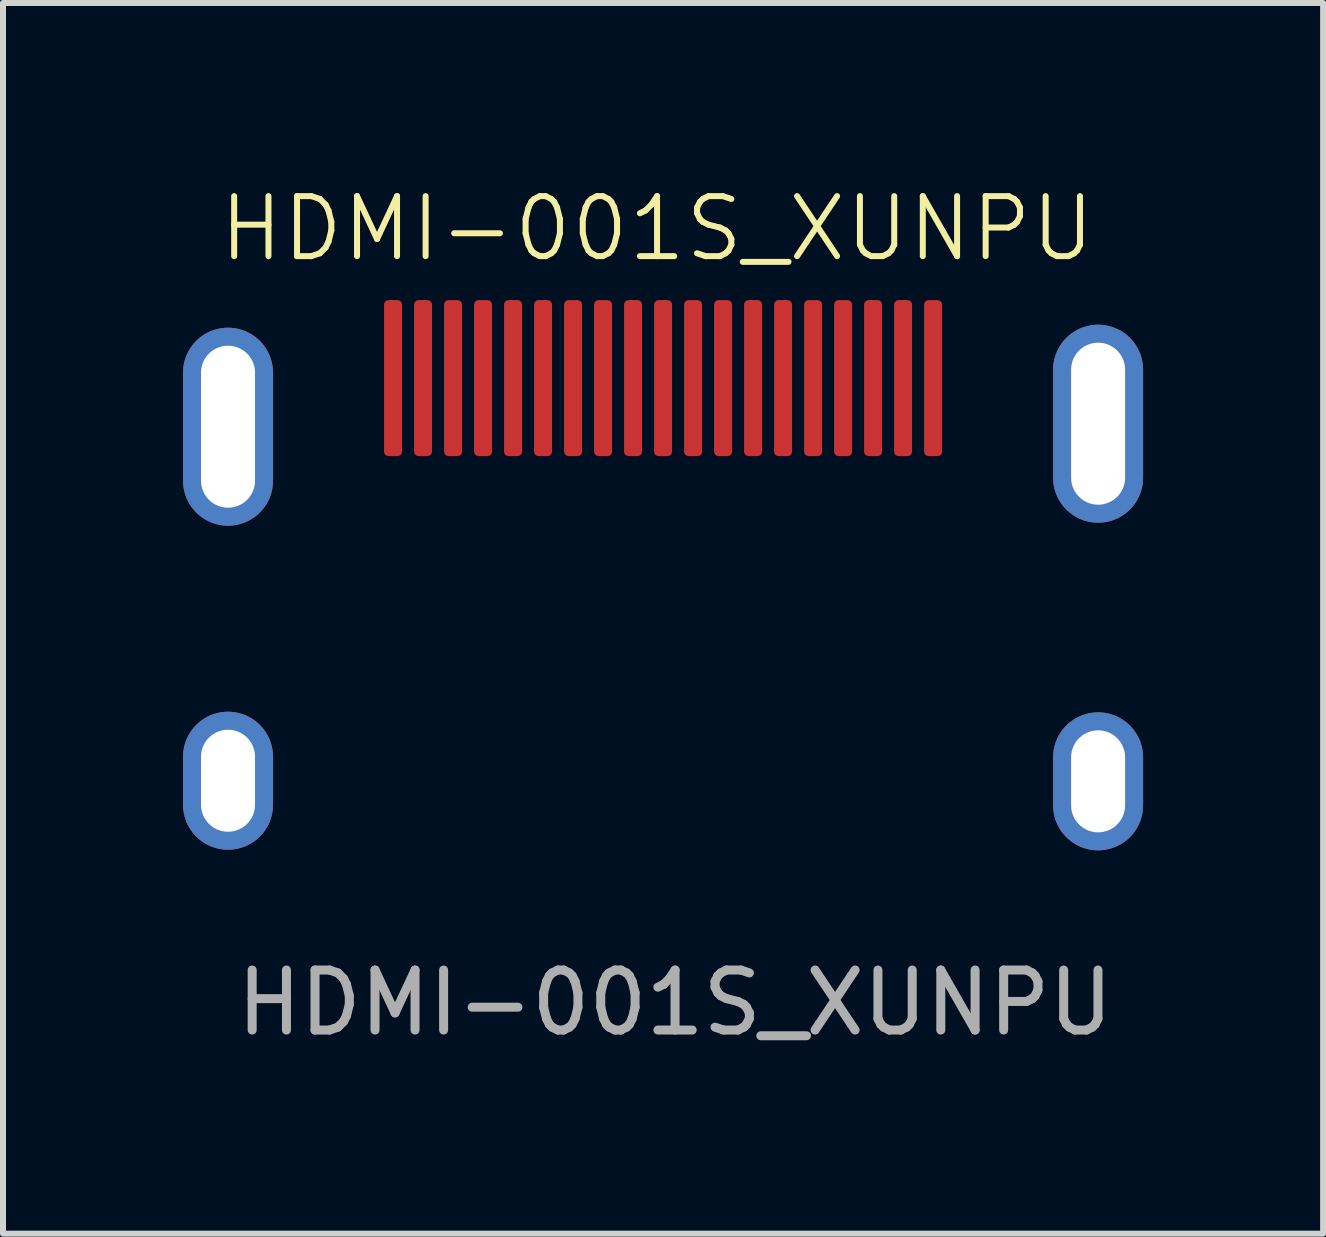
<source format=kicad_pcb>
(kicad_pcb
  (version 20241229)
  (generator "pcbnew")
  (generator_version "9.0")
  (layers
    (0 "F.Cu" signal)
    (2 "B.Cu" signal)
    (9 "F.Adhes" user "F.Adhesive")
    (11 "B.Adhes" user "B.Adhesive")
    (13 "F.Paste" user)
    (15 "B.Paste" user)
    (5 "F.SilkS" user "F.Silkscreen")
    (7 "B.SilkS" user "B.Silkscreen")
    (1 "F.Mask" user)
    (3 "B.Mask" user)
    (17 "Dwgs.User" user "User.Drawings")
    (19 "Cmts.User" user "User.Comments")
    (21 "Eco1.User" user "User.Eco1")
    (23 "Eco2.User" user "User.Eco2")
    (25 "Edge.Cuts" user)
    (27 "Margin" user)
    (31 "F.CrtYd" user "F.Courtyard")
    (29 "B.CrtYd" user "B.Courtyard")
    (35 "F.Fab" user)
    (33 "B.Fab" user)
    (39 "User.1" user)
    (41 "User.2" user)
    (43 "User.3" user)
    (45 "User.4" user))
  (footprint "HDMI-001S_XUNPU"
    (layer "F.Cu")
    (at 8 7.011)
    (property "Reference" "HDMI-001S_XUNPU" (at -0.1 -6.25 0) (unlocked yes) (layer "F.SilkS") (effects (font (size 1 1) (thickness 0.1))))
    (attr smd)
    (fp_text user "${REFERENCE}" (at 0.2 6.65 0) (unlocked yes) (layer "F.Fab") (effects (font (size 1 1) (thickness 0.15))))
    (pad "1" smd roundrect (at 4.5 -3.76) (size 0.3 2.6) (layers "F.Cu" "F.Mask" "F.Paste") (roundrect_rratio 0.25))
    (pad "2" smd roundrect (at 4 -3.76) (size 0.3 2.6) (layers "F.Cu" "F.Mask" "F.Paste") (roundrect_rratio 0.25))
    (pad "3" smd roundrect (at 3.5 -3.76) (size 0.3 2.6) (layers "F.Cu" "F.Mask" "F.Paste") (roundrect_rratio 0.25))
    (pad "4" smd roundrect (at 3 -3.76) (size 0.3 2.6) (layers "F.Cu" "F.Mask" "F.Paste") (roundrect_rratio 0.25))
    (pad "5" smd roundrect (at 2.5 -3.76) (size 0.3 2.6) (layers "F.Cu" "F.Mask" "F.Paste") (roundrect_rratio 0.25))
    (pad "6" smd roundrect (at 2 -3.76) (size 0.3 2.6) (layers "F.Cu" "F.Mask" "F.Paste") (roundrect_rratio 0.25))
    (pad "7" smd roundrect (at 1.5 -3.76) (size 0.3 2.6) (layers "F.Cu" "F.Mask" "F.Paste") (roundrect_rratio 0.25))
    (pad "8" smd roundrect (at 1 -3.76) (size 0.3 2.6) (layers "F.Cu" "F.Mask" "F.Paste") (roundrect_rratio 0.25))
    (pad "9" smd roundrect (at 0.5 -3.76) (size 0.3 2.6) (layers "F.Cu" "F.Mask" "F.Paste") (roundrect_rratio 0.25))
    (pad "10" smd roundrect (at 0 -3.76) (size 0.3 2.6) (layers "F.Cu" "F.Mask" "F.Paste") (roundrect_rratio 0.25))
    (pad "11" smd roundrect (at -0.5 -3.76) (size 0.3 2.6) (layers "F.Cu" "F.Mask" "F.Paste") (roundrect_rratio 0.25))
    (pad "12" smd roundrect (at -1 -3.76) (size 0.3 2.6) (layers "F.Cu" "F.Mask" "F.Paste") (roundrect_rratio 0.25))
    (pad "13" smd roundrect (at -1.5 -3.76) (size 0.3 2.6) (layers "F.Cu" "F.Mask" "F.Paste") (roundrect_rratio 0.25))
    (pad "14" smd roundrect (at -2 -3.76) (size 0.3 2.6) (layers "F.Cu" "F.Mask" "F.Paste") (roundrect_rratio 0.25))
    (pad "15" smd roundrect (at -2.5 -3.76) (size 0.3 2.6) (layers "F.Cu" "F.Mask" "F.Paste") (roundrect_rratio 0.25))
    (pad "16" smd roundrect (at -3 -3.76) (size 0.3 2.6) (layers "F.Cu" "F.Mask" "F.Paste") (roundrect_rratio 0.25))
    (pad "17" smd roundrect (at -3.5 -3.76) (size 0.3 2.6) (layers "F.Cu" "F.Mask" "F.Paste") (roundrect_rratio 0.25))
    (pad "18" smd roundrect (at -4 -3.76) (size 0.3 2.6) (layers "F.Cu" "F.Mask" "F.Paste") (roundrect_rratio 0.25))
    (pad "19" smd roundrect (at -4.5 -3.76) (size 0.3 2.6) (layers "F.Cu" "F.Mask" "F.Paste") (roundrect_rratio 0.25))
    (pad "SH" thru_hole oval (at -7.25 -2.95) (size 1.5 3.3) (drill oval 0.9 2.7) (layers "*.Cu" "F.Mask"))
    (pad "SH" thru_hole oval (at -7.25 2.95) (size 1.5 2.3) (drill oval 0.9 1.7) (layers "*.Cu" "F.Mask"))
    (pad "SH" thru_hole oval (at 7.25 -3) (size 1.5 3.3) (drill oval 0.9 2.7) (layers "*.Cu" "F.Mask"))
    (pad "SH" thru_hole oval (at 7.25 2.96) (size 1.5 2.3) (drill oval 0.9 1.7) (layers "*.Cu" "F.Mask")))
  (gr_rect
    (start -3 -3)
    (end 19 17.509)
    (stroke (width 0.1) (type default))
    (fill no)
    (layer "Edge.Cuts")))
</source>
